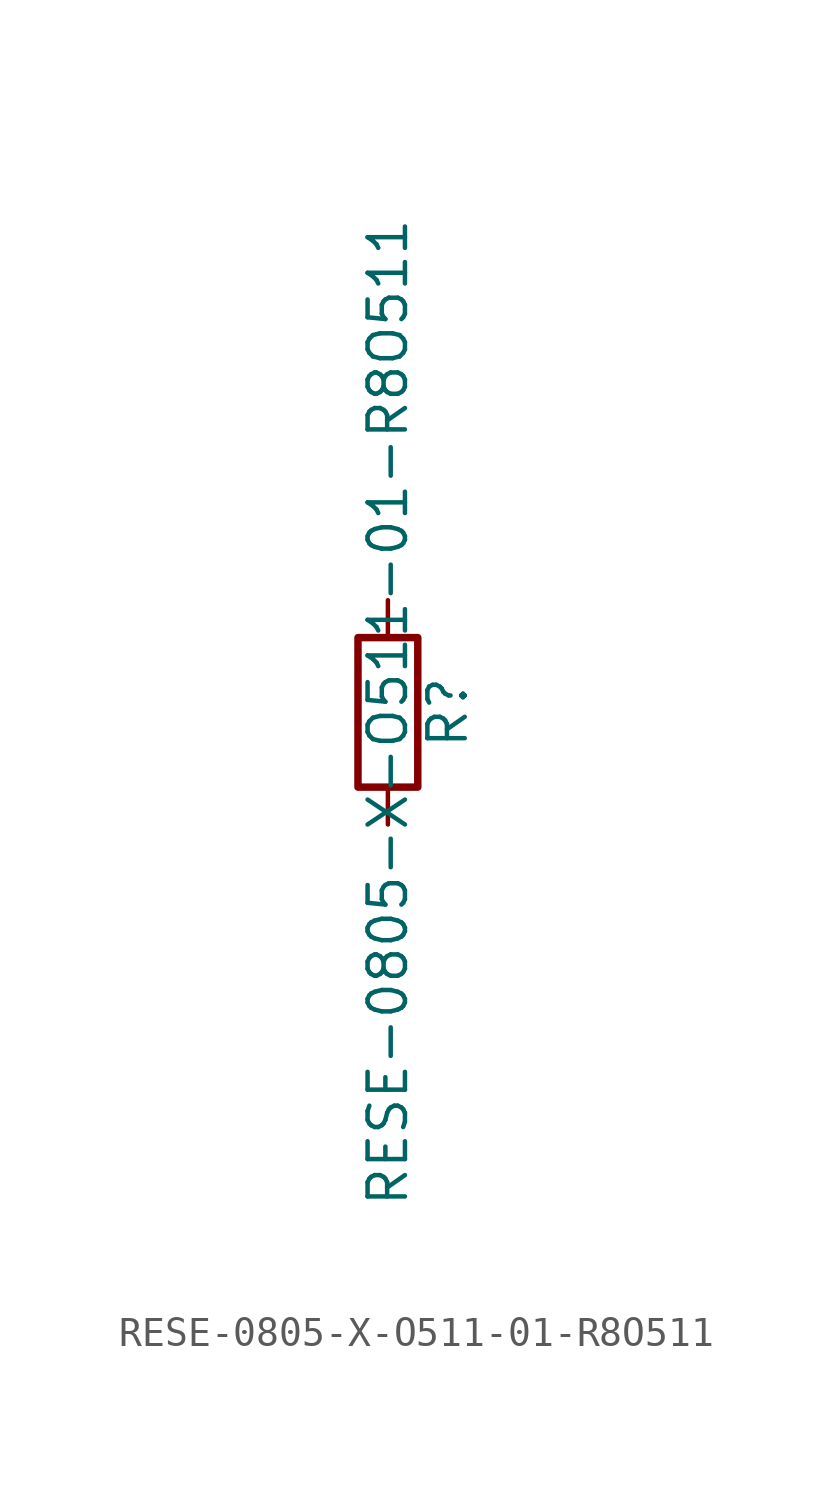
<source format=kicad_sym>
(kicad_symbol_lib
  (version 20211014)
  (generator kicad_symbol_editor)
  (symbol "RESE-0805-X-O511-01-R8O511"
    (pin_numbers hide)
    (pin_names
      (offset 0))
    (property "Reference" "R"
      (at 2.032 0 90)
      (effects (font (size 1.27 1.27))))
    (property "Value" "RESE-0805-X-O511-01-R8O511"
      (at 0 0 90)
      (effects (font (size 1.27 1.27))))
    (symbol "RESE-0805-X-O511-01-R8O511_0_1"
      (rectangle (start -1.016 -2.54) (end 1.016 2.54) (stroke (width 0.254) (type default) (color 0 0 0 0)) (fill (type none))))
    (symbol "RESE-0805-X-O511-01-R8O511_1_1"
      (pin passive line (at 0 3.81 270) (length 1.27) (name "~" (effects (font (size 1.27 1.27)))) (number "1" (effects (font (size 1.27 1.27)))))
      (pin passive line (at 0 -3.81 90) (length 1.27) (name "~" (effects (font (size 1.27 1.27)))) (number "2" (effects (font (size 1.27 1.27))))))))
</source>
